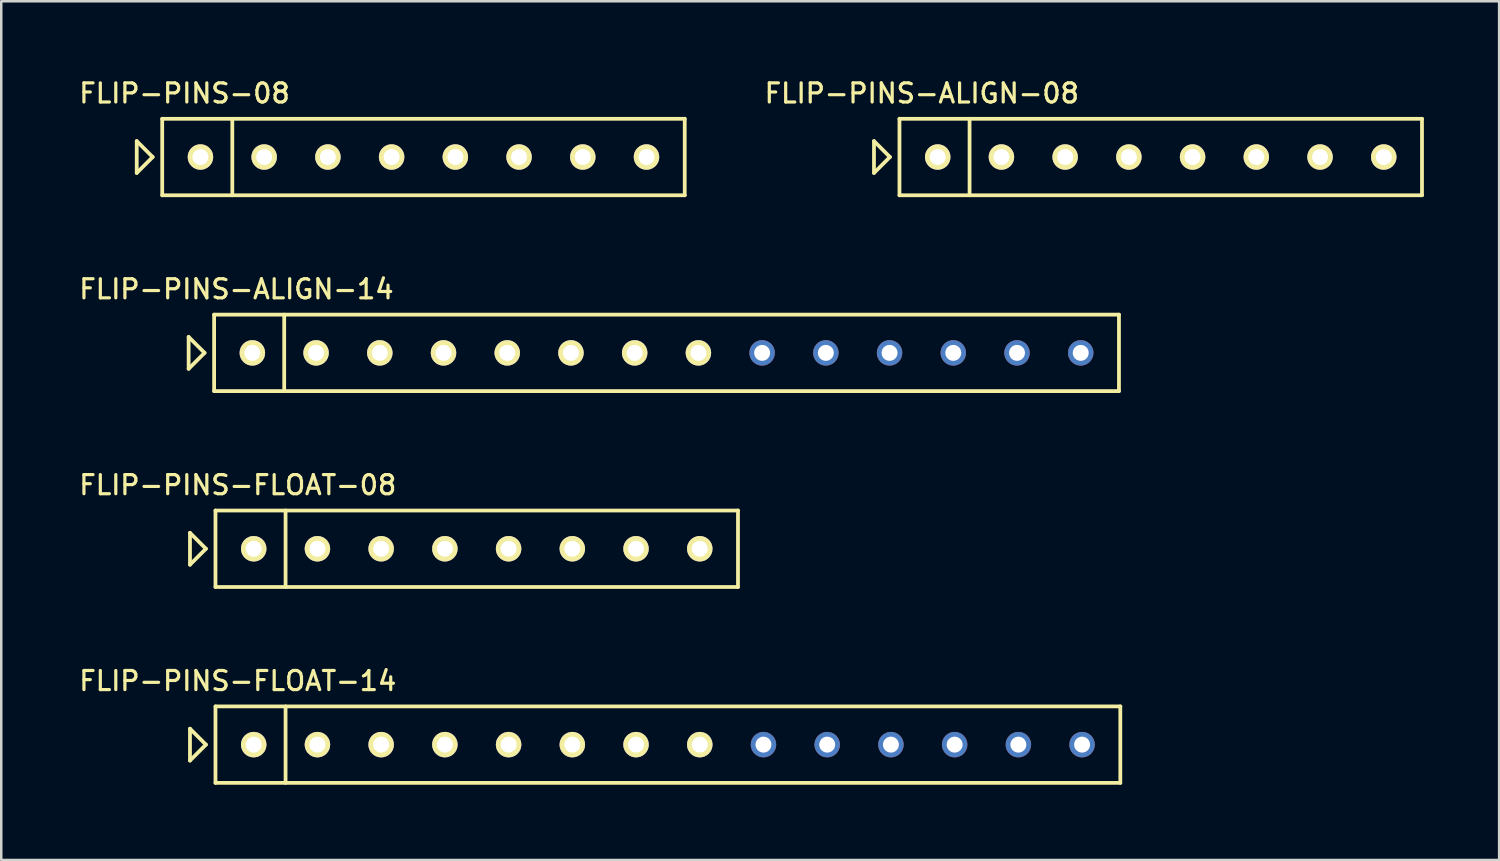
<source format=kicad_pcb>
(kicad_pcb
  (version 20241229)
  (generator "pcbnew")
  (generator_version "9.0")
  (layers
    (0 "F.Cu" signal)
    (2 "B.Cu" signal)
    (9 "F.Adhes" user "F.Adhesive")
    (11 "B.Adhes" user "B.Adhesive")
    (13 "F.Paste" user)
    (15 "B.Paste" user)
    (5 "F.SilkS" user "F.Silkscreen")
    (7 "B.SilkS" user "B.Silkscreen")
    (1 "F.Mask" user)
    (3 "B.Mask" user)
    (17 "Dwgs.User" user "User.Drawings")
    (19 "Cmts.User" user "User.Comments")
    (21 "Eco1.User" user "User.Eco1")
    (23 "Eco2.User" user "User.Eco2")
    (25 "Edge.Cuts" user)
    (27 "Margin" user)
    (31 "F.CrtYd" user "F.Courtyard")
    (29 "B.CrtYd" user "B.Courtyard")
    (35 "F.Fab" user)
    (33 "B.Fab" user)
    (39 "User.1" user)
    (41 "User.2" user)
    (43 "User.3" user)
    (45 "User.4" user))
  (footprint "FLIP-PINS-FLOAT-08"
    (layer "F.Cu")
    (at 15.953 18.824)
    (property "Reference" "FLIP-PINS-FLOAT-08" (at -9.525 -2.54 0) (layer "F.SilkS") (effects (font (size 0.762 0.762) (thickness 0.127))))
    (attr through_hole)
    (fp_line (start -11.43 -0.635) (end -11.43 0.635) (stroke (width 0.15) (type solid)) (layer "F.SilkS"))
    (fp_line (start -11.43 0.635) (end -10.795 0) (stroke (width 0.15) (type solid)) (layer "F.SilkS"))
    (fp_line (start -10.795 0) (end -11.43 -0.635) (stroke (width 0.15) (type solid)) (layer "F.SilkS"))
    (fp_line (start -10.414 -1.524) (end 10.414 -1.524) (stroke (width 0.15) (type solid)) (layer "F.SilkS"))
    (fp_line (start -10.414 1.524) (end -10.414 -1.524) (stroke (width 0.15) (type solid)) (layer "F.SilkS"))
    (fp_line (start -7.62 -1.524) (end -7.62 1.524) (stroke (width 0.15) (type solid)) (layer "F.SilkS"))
    (fp_line (start 10.414 -1.524) (end 10.414 1.524) (stroke (width 0.15) (type solid)) (layer "F.SilkS"))
    (fp_line (start 10.414 1.524) (end -10.414 1.524) (stroke (width 0.15) (type solid)) (layer "F.SilkS"))
    (pad "1" thru_hole circle (at -8.89 0) (size 1.016 1.016) (drill 0.635) (layers "*.Cu" "*.Mask" "F.SilkS"))
    (pad "2" thru_hole circle (at -6.35 0) (size 1.016 1.016) (drill 0.635) (layers "*.Cu" "*.Mask" "F.SilkS"))
    (pad "3" thru_hole circle (at -3.81 0) (size 1.016 1.016) (drill 0.635) (layers "*.Cu" "*.Mask" "F.SilkS"))
    (pad "4" thru_hole circle (at -1.27 0) (size 1.016 1.016) (drill 0.635) (layers "*.Cu" "*.Mask" "F.SilkS"))
    (pad "5" thru_hole circle (at 1.27 0) (size 1.016 1.016) (drill 0.635) (layers "*.Cu" "*.Mask" "F.SilkS"))
    (pad "6" thru_hole circle (at 3.81 0) (size 1.016 1.016) (drill 0.635) (layers "*.Cu" "*.Mask" "F.SilkS"))
    (pad "7" thru_hole circle (at 6.35 0) (size 1.016 1.016) (drill 0.635) (layers "*.Cu" "*.Mask" "F.SilkS"))
    (pad "8" thru_hole circle (at 8.89 0) (size 1.016 1.016) (drill 0.635) (layers "*.Cu" "*.Mask" "F.SilkS")))
  (footprint "FLIP-PINS-ALIGN-08"
    (layer "F.Cu")
    (at 43.218 3.209)
    (property "Reference" "FLIP-PINS-ALIGN-08" (at -9.525 -2.54 0) (layer "F.SilkS") (effects (font (size 0.762 0.762) (thickness 0.127))))
    (attr through_hole)
    (fp_line (start -11.43 -0.635) (end -11.43 0.635) (stroke (width 0.15) (type solid)) (layer "F.SilkS"))
    (fp_line (start -11.43 0.635) (end -10.795 0) (stroke (width 0.15) (type solid)) (layer "F.SilkS"))
    (fp_line (start -10.795 0) (end -11.43 -0.635) (stroke (width 0.15) (type solid)) (layer "F.SilkS"))
    (fp_line (start -10.414 -1.524) (end 10.414 -1.524) (stroke (width 0.15) (type solid)) (layer "F.SilkS"))
    (fp_line (start -10.414 1.524) (end -10.414 -1.524) (stroke (width 0.15) (type solid)) (layer "F.SilkS"))
    (fp_line (start -7.62 -1.524) (end -7.62 1.524) (stroke (width 0.15) (type solid)) (layer "F.SilkS"))
    (fp_line (start 10.414 -1.524) (end 10.414 1.524) (stroke (width 0.15) (type solid)) (layer "F.SilkS"))
    (fp_line (start 10.414 1.524) (end -10.414 1.524) (stroke (width 0.15) (type solid)) (layer "F.SilkS"))
    (pad "1" thru_hole circle (at -8.89 0) (size 1.016 1.016) (drill 0.635) (layers "*.Cu" "*.Mask" "F.SilkS"))
    (pad "2" thru_hole circle (at -6.35 0) (size 1.016 1.016) (drill 0.635) (layers "*.Cu" "*.Mask" "F.SilkS"))
    (pad "3" thru_hole circle (at -3.81 0) (size 1.016 1.016) (drill 0.635) (layers "*.Cu" "*.Mask" "F.SilkS"))
    (pad "4" thru_hole circle (at -1.27 0) (size 1.016 1.016) (drill 0.635) (layers "*.Cu" "*.Mask" "F.SilkS"))
    (pad "5" thru_hole circle (at 1.27 0) (size 1.016 1.016) (drill 0.635) (layers "*.Cu" "*.Mask" "F.SilkS"))
    (pad "6" thru_hole circle (at 3.81 0) (size 1.016 1.016) (drill 0.635) (layers "*.Cu" "*.Mask" "F.SilkS"))
    (pad "7" thru_hole circle (at 6.35 0) (size 1.016 1.016) (drill 0.635) (layers "*.Cu" "*.Mask" "F.SilkS"))
    (pad "8" thru_hole circle (at 8.89 0) (size 1.016 1.016) (drill 0.635) (layers "*.Cu" "*.Mask" "F.SilkS")))
  (footprint "FLIP-PINS-FLOAT-14"
    (layer "F.Cu")
    (at 23.573 26.632)
    (property "Reference" "FLIP-PINS-FLOAT-14" (at -17.145 -2.54 0) (layer "F.SilkS") (effects (font (size 0.762 0.762) (thickness 0.127))))
    (attr through_hole)
    (fp_line (start -19.05 -0.635) (end -19.05 0.635) (stroke (width 0.15) (type solid)) (layer "F.SilkS"))
    (fp_line (start -19.05 0.635) (end -18.415 0) (stroke (width 0.15) (type solid)) (layer "F.SilkS"))
    (fp_line (start -18.415 0) (end -19.05 -0.635) (stroke (width 0.15) (type solid)) (layer "F.SilkS"))
    (fp_line (start -18.034 -1.524) (end 18.034 -1.524) (stroke (width 0.15) (type solid)) (layer "F.SilkS"))
    (fp_line (start -18.034 1.524) (end -18.034 -1.524) (stroke (width 0.15) (type solid)) (layer "F.SilkS"))
    (fp_line (start -15.24 -1.524) (end -15.24 1.524) (stroke (width 0.15) (type solid)) (layer "F.SilkS"))
    (fp_line (start 18.034 -1.524) (end 18.034 1.524) (stroke (width 0.15) (type solid)) (layer "F.SilkS"))
    (fp_line (start 18.034 1.524) (end -18.034 1.524) (stroke (width 0.15) (type solid)) (layer "F.SilkS"))
    (pad "1" thru_hole circle (at -16.51 0) (size 1.016 1.016) (drill 0.635) (layers "*.Cu" "*.Mask" "F.SilkS"))
    (pad "2" thru_hole circle (at -13.97 0) (size 1.016 1.016) (drill 0.635) (layers "*.Cu" "*.Mask" "F.SilkS"))
    (pad "3" thru_hole circle (at -11.43 0) (size 1.016 1.016) (drill 0.635) (layers "*.Cu" "*.Mask" "F.SilkS"))
    (pad "4" thru_hole circle (at -8.89 0) (size 1.016 1.016) (drill 0.635) (layers "*.Cu" "*.Mask" "F.SilkS"))
    (pad "5" thru_hole circle (at -6.35 0) (size 1.016 1.016) (drill 0.635) (layers "*.Cu" "*.Mask" "F.SilkS"))
    (pad "6" thru_hole circle (at -3.81 0) (size 1.016 1.016) (drill 0.635) (layers "*.Cu" "*.Mask" "F.SilkS"))
    (pad "7" thru_hole circle (at -1.27 0) (size 1.016 1.016) (drill 0.635) (layers "*.Cu" "*.Mask" "F.SilkS"))
    (pad "8" thru_hole circle (at 1.27 0) (size 1.016 1.016) (drill 0.635) (layers "*.Cu" "*.Mask" "F.SilkS"))
    (pad "9" thru_hole circle (at 3.81 0) (size 1.016 1.016) (drill 0.635) (layers "*.Cu" "*.Mask"))
    (pad "10" thru_hole circle (at 6.35 0) (size 1.016 1.016) (drill 0.635) (layers "*.Cu" "*.Mask"))
    (pad "11" thru_hole circle (at 8.89 0) (size 1.016 1.016) (drill 0.635) (layers "*.Cu" "*.Mask"))
    (pad "12" thru_hole circle (at 11.43 0) (size 1.016 1.016) (drill 0.635) (layers "*.Cu" "*.Mask"))
    (pad "13" thru_hole circle (at 13.97 0) (size 1.016 1.016) (drill 0.635) (layers "*.Cu" "*.Mask"))
    (pad "14" thru_hole circle (at 16.51 0) (size 1.016 1.016) (drill 0.635) (layers "*.Cu" "*.Mask")))
  (footprint "FLIP-PINS-08"
    (layer "F.Cu")
    (at 13.83 3.209)
    (property "Reference" "FLIP-PINS-08" (at -9.525 -2.54 0) (layer "F.SilkS") (effects (font (size 0.762 0.762) (thickness 0.127))))
    (attr through_hole)
    (fp_line (start -11.43 -0.635) (end -11.43 0.635) (stroke (width 0.15) (type solid)) (layer "F.SilkS"))
    (fp_line (start -11.43 0.635) (end -10.795 0) (stroke (width 0.15) (type solid)) (layer "F.SilkS"))
    (fp_line (start -10.795 0) (end -11.43 -0.635) (stroke (width 0.15) (type solid)) (layer "F.SilkS"))
    (fp_line (start -10.414 -1.524) (end 10.414 -1.524) (stroke (width 0.15) (type solid)) (layer "F.SilkS"))
    (fp_line (start -10.414 1.524) (end -10.414 -1.524) (stroke (width 0.15) (type solid)) (layer "F.SilkS"))
    (fp_line (start -7.62 -1.524) (end -7.62 1.524) (stroke (width 0.15) (type solid)) (layer "F.SilkS"))
    (fp_line (start 10.414 -1.524) (end 10.414 1.524) (stroke (width 0.15) (type solid)) (layer "F.SilkS"))
    (fp_line (start 10.414 1.524) (end -10.414 1.524) (stroke (width 0.15) (type solid)) (layer "F.SilkS"))
    (pad "1" thru_hole circle (at -8.89 0) (size 1.016 1.016) (drill 0.635) (layers "*.Cu" "*.Mask" "F.SilkS"))
    (pad "2" thru_hole circle (at -6.35 0) (size 1.016 1.016) (drill 0.635) (layers "*.Cu" "*.Mask" "F.SilkS"))
    (pad "3" thru_hole circle (at -3.81 0) (size 1.016 1.016) (drill 0.635) (layers "*.Cu" "*.Mask" "F.SilkS"))
    (pad "4" thru_hole circle (at -1.27 0) (size 1.016 1.016) (drill 0.635) (layers "*.Cu" "*.Mask" "F.SilkS"))
    (pad "5" thru_hole circle (at 1.27 0) (size 1.016 1.016) (drill 0.635) (layers "*.Cu" "*.Mask" "F.SilkS"))
    (pad "6" thru_hole circle (at 3.81 0) (size 1.016 1.016) (drill 0.635) (layers "*.Cu" "*.Mask" "F.SilkS"))
    (pad "7" thru_hole circle (at 6.35 0) (size 1.016 1.016) (drill 0.635) (layers "*.Cu" "*.Mask" "F.SilkS"))
    (pad "8" thru_hole circle (at 8.89 0) (size 1.016 1.016) (drill 0.635) (layers "*.Cu" "*.Mask" "F.SilkS")))
  (footprint "FLIP-PINS-ALIGN-14"
    (layer "F.Cu")
    (at 23.519 11.016)
    (property "Reference" "FLIP-PINS-ALIGN-14" (at -17.145 -2.54 0) (layer "F.SilkS") (effects (font (size 0.762 0.762) (thickness 0.127))))
    (attr through_hole)
    (fp_line (start -19.05 -0.635) (end -19.05 0.635) (stroke (width 0.15) (type solid)) (layer "F.SilkS"))
    (fp_line (start -19.05 0.635) (end -18.415 0) (stroke (width 0.15) (type solid)) (layer "F.SilkS"))
    (fp_line (start -18.415 0) (end -19.05 -0.635) (stroke (width 0.15) (type solid)) (layer "F.SilkS"))
    (fp_line (start -18.034 -1.524) (end 18.034 -1.524) (stroke (width 0.15) (type solid)) (layer "F.SilkS"))
    (fp_line (start -18.034 1.524) (end -18.034 -1.524) (stroke (width 0.15) (type solid)) (layer "F.SilkS"))
    (fp_line (start -15.24 -1.524) (end -15.24 1.524) (stroke (width 0.15) (type solid)) (layer "F.SilkS"))
    (fp_line (start 18.034 -1.524) (end 18.034 1.524) (stroke (width 0.15) (type solid)) (layer "F.SilkS"))
    (fp_line (start 18.034 1.524) (end -18.034 1.524) (stroke (width 0.15) (type solid)) (layer "F.SilkS"))
    (pad "1" thru_hole circle (at -16.51 0) (size 1.016 1.016) (drill 0.635) (layers "*.Cu" "*.Mask" "F.SilkS"))
    (pad "2" thru_hole circle (at -13.97 0) (size 1.016 1.016) (drill 0.635) (layers "*.Cu" "*.Mask" "F.SilkS"))
    (pad "3" thru_hole circle (at -11.43 0) (size 1.016 1.016) (drill 0.635) (layers "*.Cu" "*.Mask" "F.SilkS"))
    (pad "4" thru_hole circle (at -8.89 0) (size 1.016 1.016) (drill 0.635) (layers "*.Cu" "*.Mask" "F.SilkS"))
    (pad "5" thru_hole circle (at -6.35 0) (size 1.016 1.016) (drill 0.635) (layers "*.Cu" "*.Mask" "F.SilkS"))
    (pad "6" thru_hole circle (at -3.81 0) (size 1.016 1.016) (drill 0.635) (layers "*.Cu" "*.Mask" "F.SilkS"))
    (pad "7" thru_hole circle (at -1.27 0) (size 1.016 1.016) (drill 0.635) (layers "*.Cu" "*.Mask" "F.SilkS"))
    (pad "8" thru_hole circle (at 1.27 0) (size 1.016 1.016) (drill 0.635) (layers "*.Cu" "*.Mask" "F.SilkS"))
    (pad "9" thru_hole circle (at 3.81 0) (size 1.016 1.016) (drill 0.635) (layers "*.Cu" "*.Mask"))
    (pad "10" thru_hole circle (at 6.35 0) (size 1.016 1.016) (drill 0.635) (layers "*.Cu" "*.Mask"))
    (pad "11" thru_hole circle (at 8.89 0) (size 1.016 1.016) (drill 0.635) (layers "*.Cu" "*.Mask"))
    (pad "12" thru_hole circle (at 11.43 0) (size 1.016 1.016) (drill 0.635) (layers "*.Cu" "*.Mask"))
    (pad "13" thru_hole circle (at 13.97 0) (size 1.016 1.016) (drill 0.635) (layers "*.Cu" "*.Mask"))
    (pad "14" thru_hole circle (at 16.51 0) (size 1.016 1.016) (drill 0.635) (layers "*.Cu" "*.Mask")))
  (gr_rect
    (start -3 -3)
    (end 56.707 31.231)
    (stroke (width 0.1) (type default))
    (fill no)
    (layer "Edge.Cuts")))
</source>
